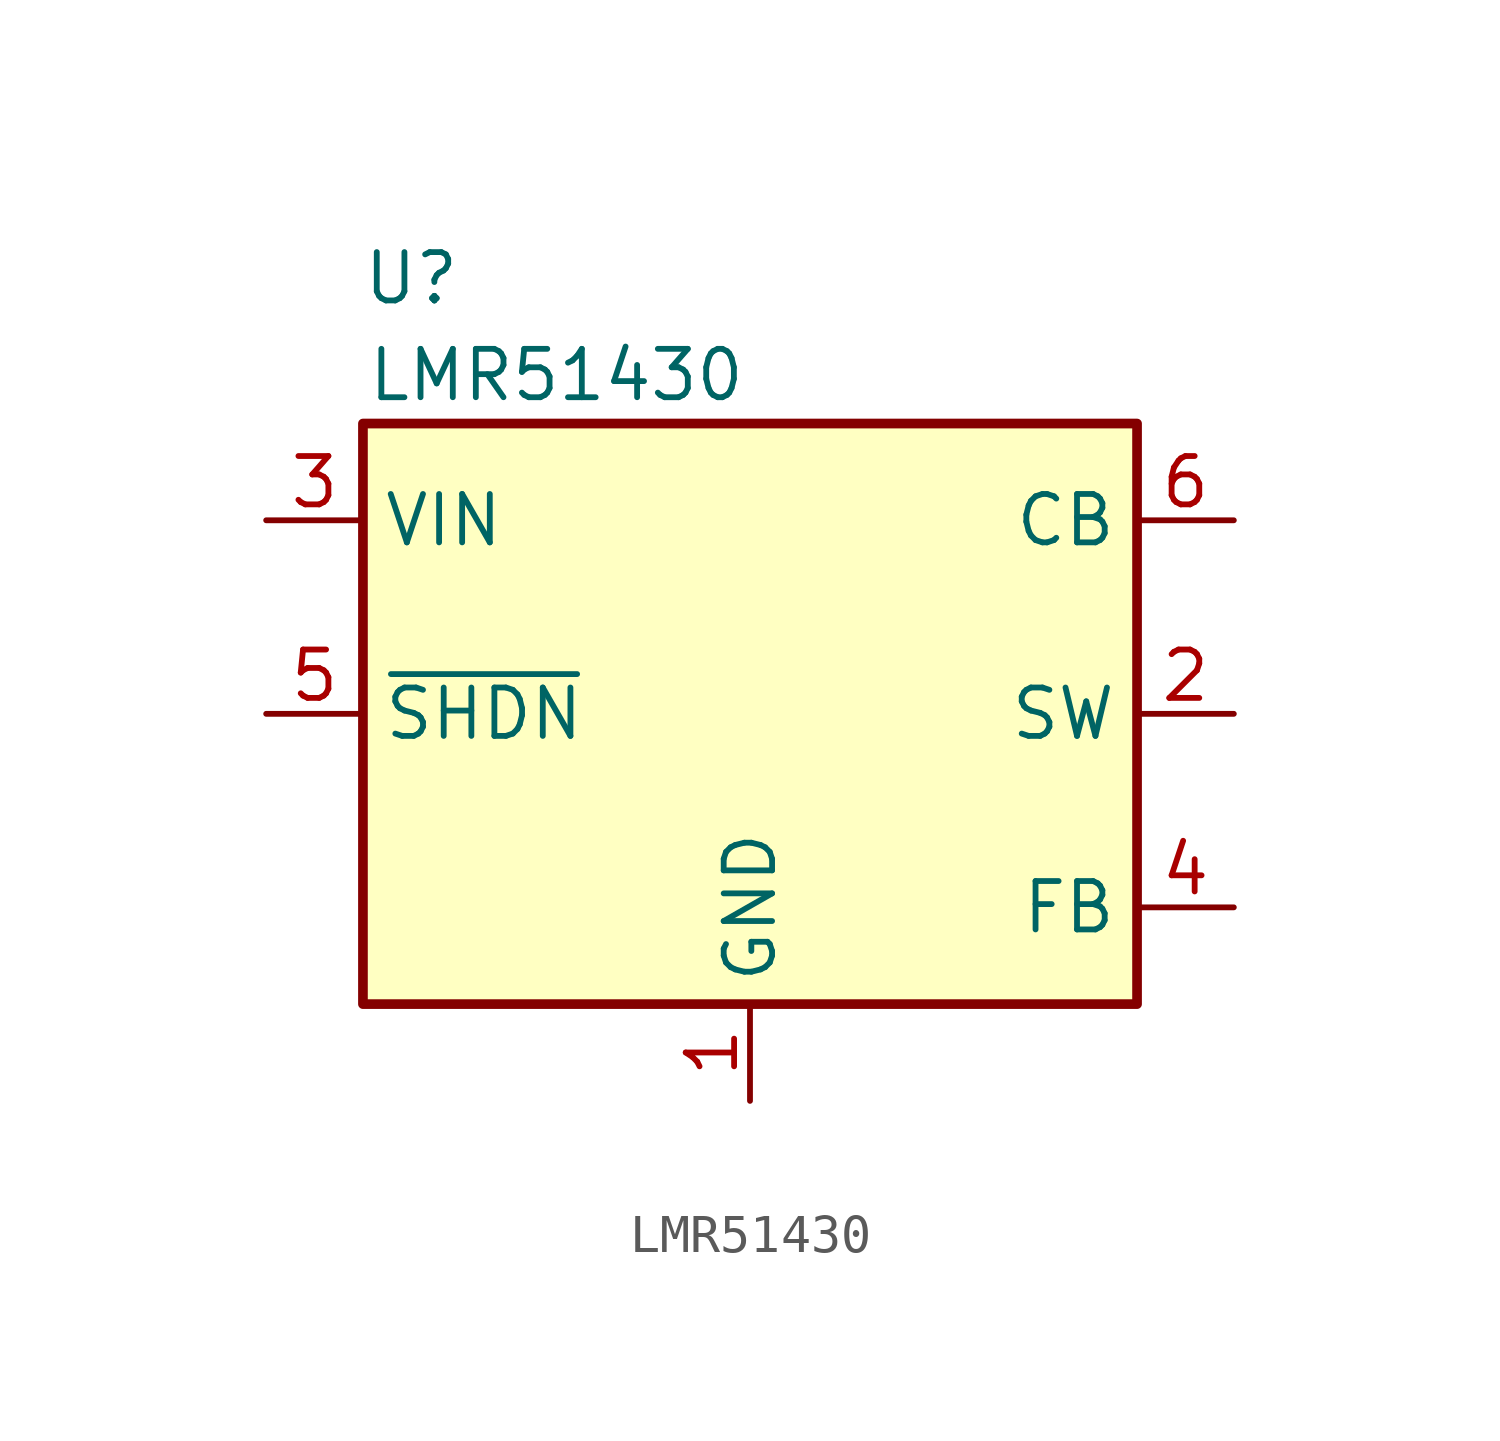
<source format=kicad_sym>
(kicad_symbol_lib
  (version 20211014)
  (generator kicad_symbol_editor)
  (symbol "LMR51430"
    (property "Reference" "U"
      (at 3.81 6.35 0)
      (effects (font (size 1.27 1.27))))
    (property "Value" "LMR51430"
      (at 7.62 3.81 0)
      (effects (font (size 1.27 1.27))))
    (symbol "LMR51430_0_1"
      (rectangle (start 2.54 2.54) (end 22.86 -12.7) (stroke (width 0.254) (type default) (color 0 0 0 0)) (fill (type background))))
    (symbol "LMR51430_1_1"
      (pin power_in line (at 12.7 -15.24 90) (length 2.54) (name "GND" (effects (font (size 1.27 1.27)))) (number "1" (effects (font (size 1.27 1.27)))))
      (pin output line (at 25.4 -5.08 180) (length 2.54) (name "SW" (effects (font (size 1.27 1.27)))) (number "2" (effects (font (size 1.27 1.27)))))
      (pin power_in line (at 0 0 0) (length 2.54) (name "VIN" (effects (font (size 1.27 1.27)))) (number "3" (effects (font (size 1.27 1.27)))))
      (pin input line (at 25.4 -10.16 180) (length 2.54) (name "FB" (effects (font (size 1.27 1.27)))) (number "4" (effects (font (size 1.27 1.27)))))
      (pin input line (at 0 -5.08 0) (length 2.54) (name "~{SHDN}" (effects (font (size 1.27 1.27)))) (number "5" (effects (font (size 1.27 1.27)))))
      (pin input line (at 25.4 0 180) (length 2.54) (name "CB" (effects (font (size 1.27 1.27)))) (number "6" (effects (font (size 1.27 1.27))))))))
</source>
